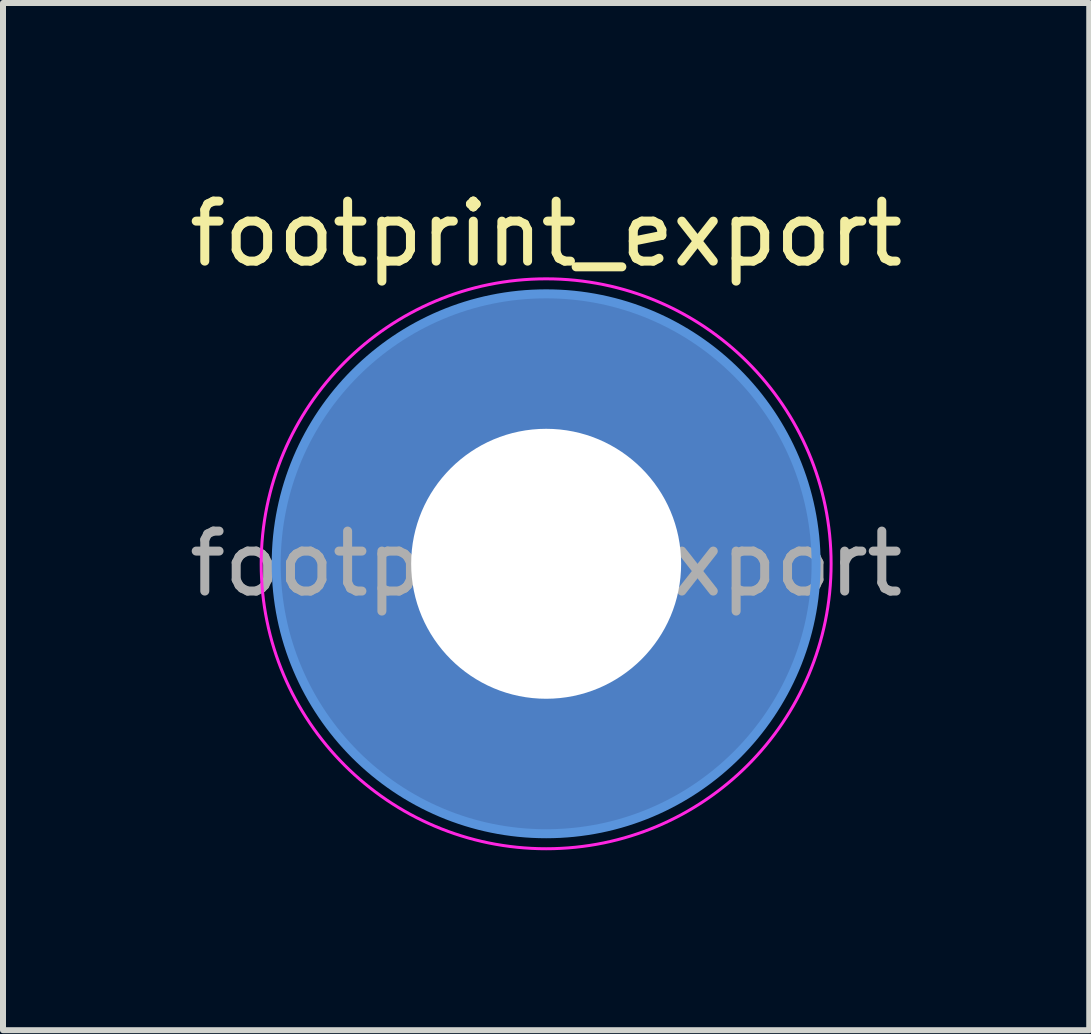
<source format=kicad_pcb>
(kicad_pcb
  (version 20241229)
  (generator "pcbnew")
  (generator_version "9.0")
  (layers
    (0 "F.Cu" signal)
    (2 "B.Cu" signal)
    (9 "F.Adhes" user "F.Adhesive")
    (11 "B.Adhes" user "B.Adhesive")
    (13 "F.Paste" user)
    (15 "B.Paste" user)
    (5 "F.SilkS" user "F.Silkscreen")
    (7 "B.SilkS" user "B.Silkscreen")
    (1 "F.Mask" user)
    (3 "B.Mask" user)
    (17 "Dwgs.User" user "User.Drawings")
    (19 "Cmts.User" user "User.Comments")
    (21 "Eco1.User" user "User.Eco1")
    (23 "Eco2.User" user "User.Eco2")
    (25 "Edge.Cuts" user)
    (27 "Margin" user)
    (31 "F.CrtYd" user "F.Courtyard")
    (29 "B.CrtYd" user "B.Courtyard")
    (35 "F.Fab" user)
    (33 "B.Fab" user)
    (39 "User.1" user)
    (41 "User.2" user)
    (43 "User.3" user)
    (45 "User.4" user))
  (footprint "footprint_export"
    (layer "F.Cu")
    (at 6.054 6.348)
    (property "Reference" "footprint_export" (at 0 -5.5 0) (layer "F.SilkS") (effects (font (size 1 1) (thickness 0.15))))
    (attr exclude_from_pos_files exclude_from_bom)
    (fp_circle (center 0 0) (end 4.5 0) (stroke (width 0.15) (type solid)) (fill no) (layer "Cmts.User"))
    (fp_circle (center 0 0) (end 4.75 0) (stroke (width 0.05) (type solid)) (fill no) (layer "F.CrtYd"))
    (fp_text user "${REFERENCE}" (at 0 0 0) (layer "F.Fab") (effects (font (size 1 1) (thickness 0.15))))
    (pad "1" thru_hole circle (at 0 0) (size 4.9 4.9) (drill 4.5) (layers "*.Cu" "*.Mask"))
    (pad "1" connect circle (at 0 0) (size 9 9) (layers "F.Cu" "F.Mask"))
    (pad "1" connect circle (at 0 0) (size 9 9) (layers "B.Cu" "B.Mask")))
  (gr_rect
    (start -3 -3)
    (end 15.107 14.123)
    (stroke (width 0.1) (type default))
    (fill no)
    (layer "Edge.Cuts")))
</source>
